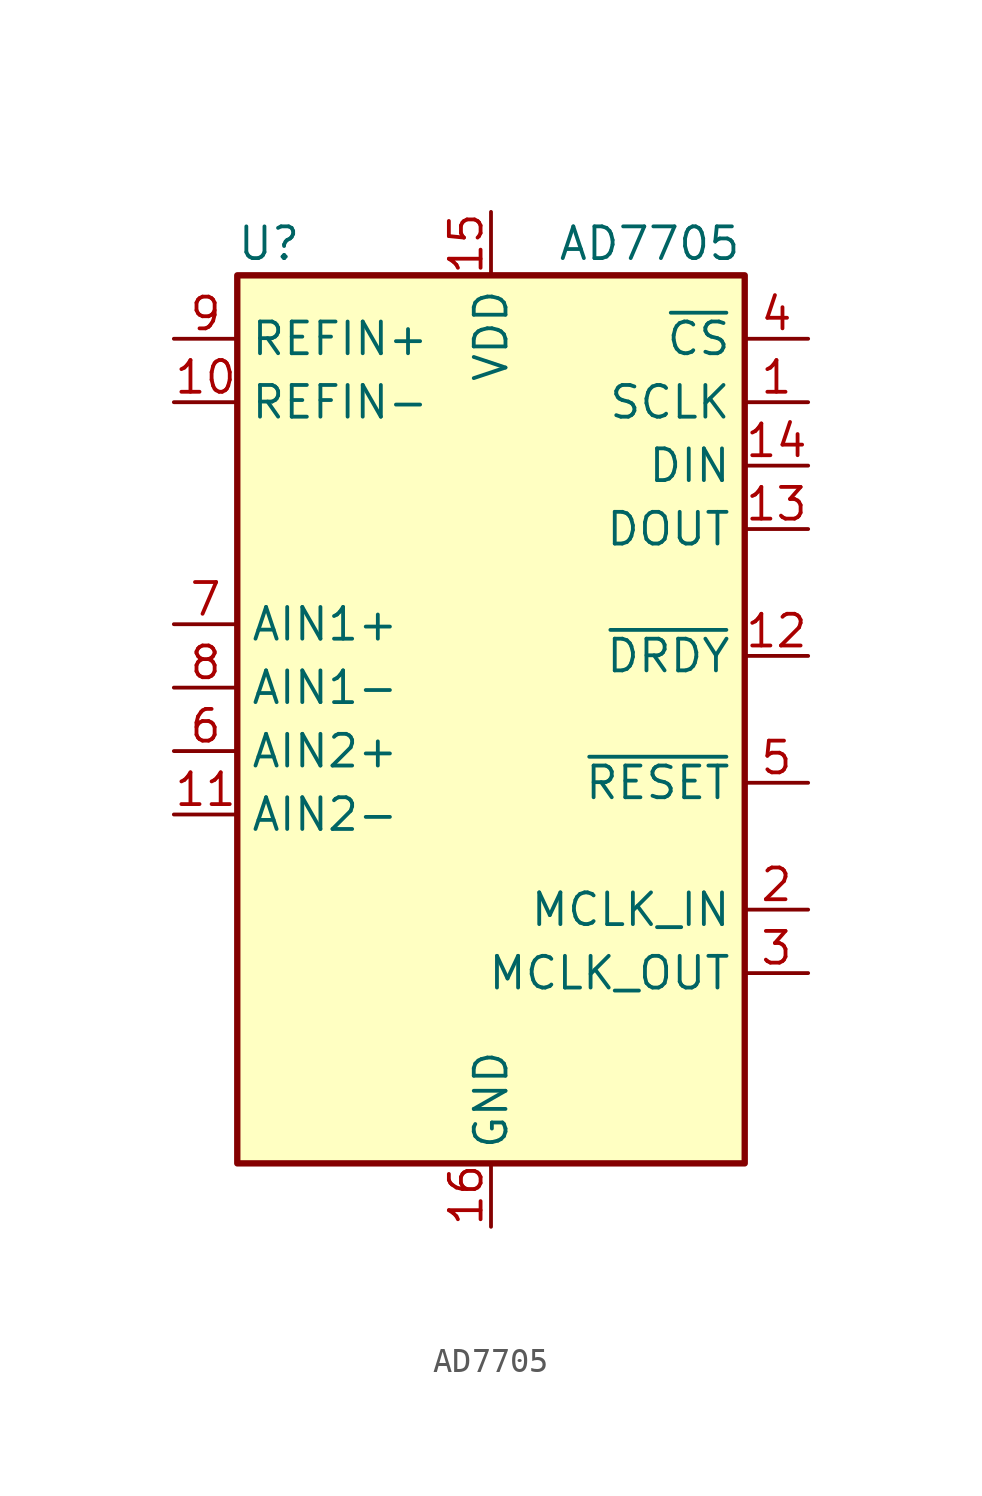
<source format=kicad_sym>
(kicad_symbol_lib
  (version 20200126)
  (host kicad_symbol_editor "(5.99.0-2364-g42a2f1346)")
  (symbol "AD7705:AD7705"
    (property "Reference" "U"
      (at -8.89 19.05 0)
      (effects (font (size 1.27 1.27))))
    (property "Value" "AD7705"
      (at 6.35 19.05 0)
      (effects (font (size 1.27 1.27))))
    (symbol "AD7705_0_1"
      (rectangle (start -10.16 -17.78) (end 10.16 17.78) (stroke (width 0.254)) (fill (type background)))
      (pin input line (at 12.7 12.7 180) (length 2.54) (name "SCLK" (effects (font (size 1.27 1.27)))) (number "1" (effects (font (size 1.27 1.27)))))
      (pin input line (at -12.7 12.7 0) (length 2.54) (name "REFIN-" (effects (font (size 1.27 1.27)))) (number "10" (effects (font (size 1.27 1.27)))))
      (pin input line (at -12.7 -3.81 0) (length 2.54) (name "AIN2-" (effects (font (size 1.27 1.27)))) (number "11" (effects (font (size 1.27 1.27)))))
      (pin output line (at 12.7 2.54 180) (length 2.54) (name "~DRDY" (effects (font (size 1.27 1.27)))) (number "12" (effects (font (size 1.27 1.27)))))
      (pin input line (at 12.7 7.62 180) (length 2.54) (name "DOUT" (effects (font (size 1.27 1.27)))) (number "13" (effects (font (size 1.27 1.27)))))
      (pin input line (at 12.7 10.16 180) (length 2.54) (name "DIN" (effects (font (size 1.27 1.27)))) (number "14" (effects (font (size 1.27 1.27)))))
      (pin power_in line (at 0 20.32 270) (length 2.54) (name "VDD" (effects (font (size 1.27 1.27)))) (number "15" (effects (font (size 1.27 1.27)))))
      (pin power_in line (at 0 -20.32 90) (length 2.54) (name "GND" (effects (font (size 1.27 1.27)))) (number "16" (effects (font (size 1.27 1.27)))))
      (pin input line (at 12.7 -7.62 180) (length 2.54) (name "MCLK_IN" (effects (font (size 1.27 1.27)))) (number "2" (effects (font (size 1.27 1.27)))))
      (pin output line (at 12.7 -10.16 180) (length 2.54) (name "MCLK_OUT" (effects (font (size 1.27 1.27)))) (number "3" (effects (font (size 1.27 1.27)))))
      (pin input line (at 12.7 15.24 180) (length 2.54) (name "~CS" (effects (font (size 1.27 1.27)))) (number "4" (effects (font (size 1.27 1.27)))))
      (pin input line (at 12.7 -2.54 180) (length 2.54) (name "~RESET" (effects (font (size 1.27 1.27)))) (number "5" (effects (font (size 1.27 1.27)))))
      (pin input line (at -12.7 -1.27 0) (length 2.54) (name "AIN2+" (effects (font (size 1.27 1.27)))) (number "6" (effects (font (size 1.27 1.27)))))
      (pin input line (at -12.7 3.81 0) (length 2.54) (name "AIN1+" (effects (font (size 1.27 1.27)))) (number "7" (effects (font (size 1.27 1.27)))))
      (pin input line (at -12.7 1.27 0) (length 2.54) (name "AIN1-" (effects (font (size 1.27 1.27)))) (number "8" (effects (font (size 1.27 1.27)))))
      (pin input line (at -12.7 15.24 0) (length 2.54) (name "REFIN+" (effects (font (size 1.27 1.27)))) (number "9" (effects (font (size 1.27 1.27))))))))
</source>
